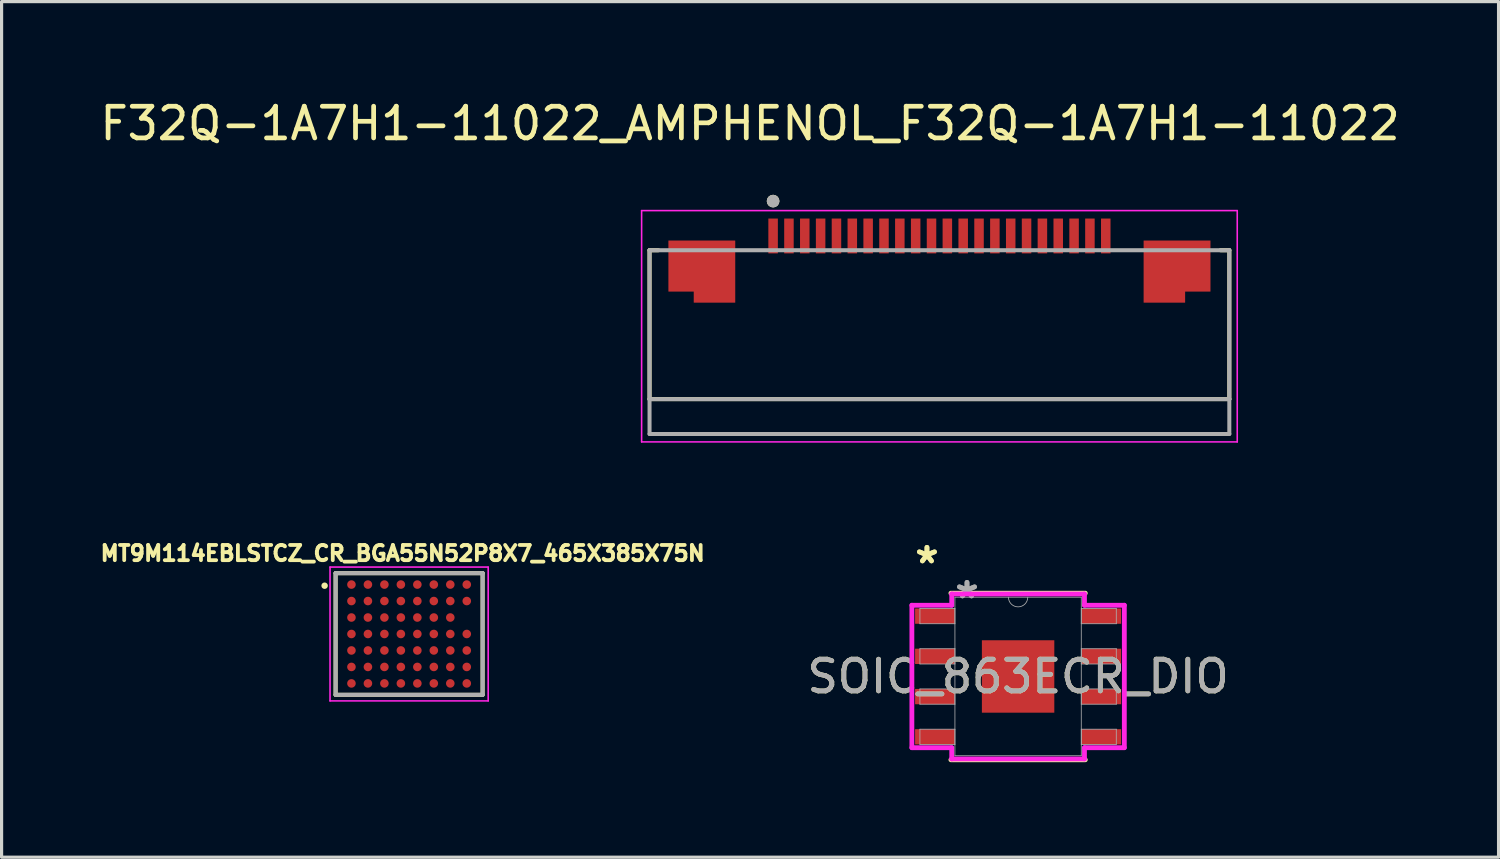
<source format=kicad_pcb>
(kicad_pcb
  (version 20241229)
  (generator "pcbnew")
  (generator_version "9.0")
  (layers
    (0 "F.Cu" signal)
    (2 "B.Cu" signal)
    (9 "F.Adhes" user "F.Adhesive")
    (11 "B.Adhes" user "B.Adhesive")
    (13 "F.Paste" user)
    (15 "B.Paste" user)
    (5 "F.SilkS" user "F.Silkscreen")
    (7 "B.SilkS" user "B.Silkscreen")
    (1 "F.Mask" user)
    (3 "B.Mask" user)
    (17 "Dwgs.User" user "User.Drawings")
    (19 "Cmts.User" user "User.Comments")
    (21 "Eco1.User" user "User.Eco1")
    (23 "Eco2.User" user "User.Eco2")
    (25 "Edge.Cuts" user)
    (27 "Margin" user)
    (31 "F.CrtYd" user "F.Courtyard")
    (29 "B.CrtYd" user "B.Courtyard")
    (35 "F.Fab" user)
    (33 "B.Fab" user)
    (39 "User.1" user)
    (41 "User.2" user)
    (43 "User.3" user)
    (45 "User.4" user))
  (footprint "MT9M114EBLSTCZ_CR_BGA55N52P8X7_465X385X75N"
    (layer "F.Cu")
    (at 9.863 16.961)
    (property "Reference" "MT9M114EBLSTCZ_CR_BGA55N52P8X7_465X385X75N" (at -0.204 -2.546 0) (layer "F.SilkS") (effects (font (size 0.48 0.48) (thickness 0.15))))
    (attr smd)
    (fp_line (start -2.32 -1.92) (end 2.32 -1.92) (stroke (width 0.127) (type solid)) (layer "F.SilkS"))
    (fp_line (start -2.32 1.92) (end -2.32 -1.92) (stroke (width 0.127) (type solid)) (layer "F.SilkS"))
    (fp_line (start 2.32 -1.92) (end 2.32 1.92) (stroke (width 0.127) (type solid)) (layer "F.SilkS"))
    (fp_line (start 2.32 1.92) (end -2.32 1.92) (stroke (width 0.127) (type solid)) (layer "F.SilkS"))
    (fp_circle (center -2.667 -1.524) (end -2.616 -1.524) (stroke (width 0.102) (type solid)) (fill no) (layer "F.SilkS"))
    (fp_line (start -2.496 -2.112) (end 2.496 -2.112) (stroke (width 0.05) (type solid)) (layer "F.CrtYd"))
    (fp_line (start -2.496 2.112) (end -2.496 -2.112) (stroke (width 0.05) (type solid)) (layer "F.CrtYd"))
    (fp_line (start 2.496 -2.112) (end 2.496 2.112) (stroke (width 0.05) (type solid)) (layer "F.CrtYd"))
    (fp_line (start 2.496 2.112) (end -2.496 2.112) (stroke (width 0.05) (type solid)) (layer "F.CrtYd"))
    (fp_line (start -2.32 -1.92) (end 2.32 -1.92) (stroke (width 0.127) (type solid)) (layer "F.Fab"))
    (fp_line (start -2.32 1.92) (end -2.32 -1.92) (stroke (width 0.127) (type solid)) (layer "F.Fab"))
    (fp_line (start 2.32 -1.92) (end 2.32 1.92) (stroke (width 0.127) (type solid)) (layer "F.Fab"))
    (fp_line (start 2.32 1.92) (end -2.32 1.92) (stroke (width 0.127) (type solid)) (layer "F.Fab"))
    (pad "A1" smd circle (at -1.82 -1.56) (size 0.27 0.27) (layers "F.Cu" "F.Mask" "F.Paste"))
    (pad "A2" smd circle (at -1.3 -1.56) (size 0.27 0.27) (layers "F.Cu" "F.Mask" "F.Paste"))
    (pad "A3" smd circle (at -0.78 -1.56) (size 0.27 0.27) (layers "F.Cu" "F.Mask" "F.Paste"))
    (pad "A4" smd circle (at -0.26 -1.56) (size 0.27 0.27) (layers "F.Cu" "F.Mask" "F.Paste"))
    (pad "A5" smd circle (at 0.26 -1.56) (size 0.27 0.27) (layers "F.Cu" "F.Mask" "F.Paste"))
    (pad "A6" smd circle (at 0.78 -1.56) (size 0.27 0.27) (layers "F.Cu" "F.Mask" "F.Paste"))
    (pad "A7" smd circle (at 1.3 -1.56) (size 0.27 0.27) (layers "F.Cu" "F.Mask" "F.Paste"))
    (pad "A8" smd circle (at 1.82 -1.56) (size 0.27 0.27) (layers "F.Cu" "F.Mask" "F.Paste"))
    (pad "B1" smd circle (at -1.82 -1.04) (size 0.27 0.27) (layers "F.Cu" "F.Mask" "F.Paste"))
    (pad "B2" smd circle (at -1.3 -1.04) (size 0.27 0.27) (layers "F.Cu" "F.Mask" "F.Paste"))
    (pad "B3" smd circle (at -0.78 -1.04) (size 0.27 0.27) (layers "F.Cu" "F.Mask" "F.Paste"))
    (pad "B4" smd circle (at -0.26 -1.04) (size 0.27 0.27) (layers "F.Cu" "F.Mask" "F.Paste"))
    (pad "B5" smd circle (at 0.26 -1.04) (size 0.27 0.27) (layers "F.Cu" "F.Mask" "F.Paste"))
    (pad "B6" smd circle (at 0.78 -1.04) (size 0.27 0.27) (layers "F.Cu" "F.Mask" "F.Paste"))
    (pad "B7" smd circle (at 1.3 -1.04) (size 0.27 0.27) (layers "F.Cu" "F.Mask" "F.Paste"))
    (pad "B8" smd circle (at 1.82 -1.04) (size 0.27 0.27) (layers "F.Cu" "F.Mask" "F.Paste"))
    (pad "C1" smd circle (at -1.82 -0.52) (size 0.27 0.27) (layers "F.Cu" "F.Mask" "F.Paste"))
    (pad "C2" smd circle (at -1.3 -0.52) (size 0.27 0.27) (layers "F.Cu" "F.Mask" "F.Paste"))
    (pad "C3" smd circle (at -0.78 -0.52) (size 0.27 0.27) (layers "F.Cu" "F.Mask" "F.Paste"))
    (pad "C4" smd circle (at -0.26 -0.52) (size 0.27 0.27) (layers "F.Cu" "F.Mask" "F.Paste"))
    (pad "C5" smd circle (at 0.26 -0.52) (size 0.27 0.27) (layers "F.Cu" "F.Mask" "F.Paste"))
    (pad "C6" smd circle (at 0.78 -0.52) (size 0.27 0.27) (layers "F.Cu" "F.Mask" "F.Paste"))
    (pad "C7" smd circle (at 1.3 -0.52) (size 0.27 0.27) (layers "F.Cu" "F.Mask" "F.Paste"))
    (pad "D1" smd circle (at -1.82 0) (size 0.27 0.27) (layers "F.Cu" "F.Mask" "F.Paste"))
    (pad "D2" smd circle (at -1.3 0) (size 0.27 0.27) (layers "F.Cu" "F.Mask" "F.Paste"))
    (pad "D3" smd circle (at -0.78 0) (size 0.27 0.27) (layers "F.Cu" "F.Mask" "F.Paste"))
    (pad "D4" smd circle (at -0.26 0) (size 0.27 0.27) (layers "F.Cu" "F.Mask" "F.Paste"))
    (pad "D5" smd circle (at 0.26 0) (size 0.27 0.27) (layers "F.Cu" "F.Mask" "F.Paste"))
    (pad "D6" smd circle (at 0.78 0) (size 0.27 0.27) (layers "F.Cu" "F.Mask" "F.Paste"))
    (pad "D7" smd circle (at 1.3 0) (size 0.27 0.27) (layers "F.Cu" "F.Mask" "F.Paste"))
    (pad "D8" smd circle (at 1.82 0) (size 0.27 0.27) (layers "F.Cu" "F.Mask" "F.Paste"))
    (pad "E1" smd circle (at -1.82 0.52) (size 0.27 0.27) (layers "F.Cu" "F.Mask" "F.Paste"))
    (pad "E2" smd circle (at -1.3 0.52) (size 0.27 0.27) (layers "F.Cu" "F.Mask" "F.Paste"))
    (pad "E3" smd circle (at -0.78 0.52) (size 0.27 0.27) (layers "F.Cu" "F.Mask" "F.Paste"))
    (pad "E4" smd circle (at -0.26 0.52) (size 0.27 0.27) (layers "F.Cu" "F.Mask" "F.Paste"))
    (pad "E5" smd circle (at 0.26 0.52) (size 0.27 0.27) (layers "F.Cu" "F.Mask" "F.Paste"))
    (pad "E6" smd circle (at 0.78 0.52) (size 0.27 0.27) (layers "F.Cu" "F.Mask" "F.Paste"))
    (pad "E7" smd circle (at 1.3 0.52) (size 0.27 0.27) (layers "F.Cu" "F.Mask" "F.Paste"))
    (pad "E8" smd circle (at 1.82 0.52) (size 0.27 0.27) (layers "F.Cu" "F.Mask" "F.Paste"))
    (pad "F1" smd circle (at -1.82 1.04) (size 0.27 0.27) (layers "F.Cu" "F.Mask" "F.Paste"))
    (pad "F2" smd circle (at -1.3 1.04) (size 0.27 0.27) (layers "F.Cu" "F.Mask" "F.Paste"))
    (pad "F3" smd circle (at -0.78 1.04) (size 0.27 0.27) (layers "F.Cu" "F.Mask" "F.Paste"))
    (pad "F4" smd circle (at -0.26 1.04) (size 0.27 0.27) (layers "F.Cu" "F.Mask" "F.Paste"))
    (pad "F5" smd circle (at 0.26 1.04) (size 0.27 0.27) (layers "F.Cu" "F.Mask" "F.Paste"))
    (pad "F6" smd circle (at 0.78 1.04) (size 0.27 0.27) (layers "F.Cu" "F.Mask" "F.Paste"))
    (pad "F7" smd circle (at 1.3 1.04) (size 0.27 0.27) (layers "F.Cu" "F.Mask" "F.Paste"))
    (pad "F8" smd circle (at 1.82 1.04) (size 0.27 0.27) (layers "F.Cu" "F.Mask" "F.Paste"))
    (pad "G1" smd circle (at -1.82 1.56) (size 0.27 0.27) (layers "F.Cu" "F.Mask" "F.Paste"))
    (pad "G2" smd circle (at -1.3 1.56) (size 0.27 0.27) (layers "F.Cu" "F.Mask" "F.Paste"))
    (pad "G3" smd circle (at -0.78 1.56) (size 0.27 0.27) (layers "F.Cu" "F.Mask" "F.Paste"))
    (pad "G4" smd circle (at -0.26 1.56) (size 0.27 0.27) (layers "F.Cu" "F.Mask" "F.Paste"))
    (pad "G5" smd circle (at 0.26 1.56) (size 0.27 0.27) (layers "F.Cu" "F.Mask" "F.Paste"))
    (pad "G6" smd circle (at 0.78 1.56) (size 0.27 0.27) (layers "F.Cu" "F.Mask" "F.Paste"))
    (pad "G7" smd circle (at 1.3 1.56) (size 0.27 0.27) (layers "F.Cu" "F.Mask" "F.Paste"))
    (pad "G8" smd circle (at 1.82 1.56) (size 0.27 0.27) (layers "F.Cu" "F.Mask" "F.Paste")))
  (footprint "F32Q-1A7H1-11022_AMPHENOL_F32Q-1A7H1-11022"
    (layer "F.Cu")
    (at 26.602 7.198)
    (property "Reference" "F32Q-1A7H1-11022_AMPHENOL_F32Q-1A7H1-11022" (at -5.978 -6.35 0) (layer "F.SilkS") (effects (font (size 1 1) (thickness 0.15))))
    (attr smd)
    (fp_poly (pts (xy -8.65 -0.95) (xy -7.85 -0.95) (xy -7.85 -0.6) (xy -6.35 -0.6) (xy -6.35 -2.75) (xy -8.65 -2.75)) (stroke (width 0.01) (type solid)) (fill yes) (layer "F.Mask"))
    (fp_poly (pts (xy 6.35 -0.6) (xy 7.85 -0.6) (xy 7.85 -0.95) (xy 8.65 -0.95) (xy 8.65 -2.75) (xy 6.35 -2.75)) (stroke (width 0.01) (type solid)) (fill yes) (layer "F.Mask"))
    (fp_line (start -9.15 -2.35) (end -9.15 2.35) (stroke (width 0.127) (type solid)) (layer "F.SilkS"))
    (fp_line (start -9.15 2.35) (end 9.15 2.35) (stroke (width 0.127) (type solid)) (layer "F.SilkS"))
    (fp_line (start -8.87 -2.35) (end -9.15 -2.35) (stroke (width 0.127) (type solid)) (layer "F.SilkS"))
    (fp_line (start 9.15 -2.35) (end 8.87 -2.35) (stroke (width 0.127) (type solid)) (layer "F.SilkS"))
    (fp_line (start 9.15 2.35) (end 9.15 -2.35) (stroke (width 0.127) (type solid)) (layer "F.SilkS"))
    (fp_circle (center -5.25 -3.9) (end -5.15 -3.9) (stroke (width 0.2) (type solid)) (fill no) (layer "F.SilkS"))
    (fp_poly (pts (xy -8.55 -1.05) (xy -7.75 -1.05) (xy -7.75 -0.7) (xy -6.45 -0.7) (xy -6.45 -2.65) (xy -8.55 -2.65)) (stroke (width 0.01) (type solid)) (fill yes) (layer "F.Paste"))
    (fp_poly (pts (xy 7.75 -0.7) (xy 6.45 -0.7) (xy 6.45 -2.65) (xy 8.55 -2.65) (xy 8.55 -1.05) (xy 7.75 -1.05)) (stroke (width 0.01) (type solid)) (fill yes) (layer "F.Paste"))
    (fp_line (start -9.4 -3.6) (end -9.4 3.7) (stroke (width 0.05) (type solid)) (layer "F.CrtYd"))
    (fp_line (start -9.4 3.7) (end 9.4 3.7) (stroke (width 0.05) (type solid)) (layer "F.CrtYd"))
    (fp_line (start 9.4 -3.6) (end -9.4 -3.6) (stroke (width 0.05) (type solid)) (layer "F.CrtYd"))
    (fp_line (start 9.4 3.7) (end 9.4 -3.6) (stroke (width 0.05) (type solid)) (layer "F.CrtYd"))
    (fp_line (start -9.15 -2.35) (end -9.15 2.35) (stroke (width 0.127) (type solid)) (layer "F.Fab"))
    (fp_line (start -9.15 2.35) (end 9.15 2.35) (stroke (width 0.127) (type solid)) (layer "F.Fab"))
    (fp_line (start -9.15 3.45) (end -9.15 2.35) (stroke (width 0.127) (type solid)) (layer "F.Fab"))
    (fp_line (start -9.15 3.45) (end 9.15 3.45) (stroke (width 0.127) (type solid)) (layer "F.Fab"))
    (fp_line (start 9.15 -2.35) (end -9.15 -2.35) (stroke (width 0.127) (type solid)) (layer "F.Fab"))
    (fp_line (start 9.15 2.35) (end 9.15 -2.35) (stroke (width 0.127) (type solid)) (layer "F.Fab"))
    (fp_line (start 9.15 2.35) (end 9.15 3.45) (stroke (width 0.127) (type solid)) (layer "F.Fab"))
    (fp_circle (center -5.25 -3.9) (end -5.15 -3.9) (stroke (width 0.2) (type solid)) (fill no) (layer "F.Fab"))
    (pad "1" smd rect (at -5.25 -2.8) (size 0.3 1.1) (layers "F.Cu" "F.Mask" "F.Paste"))
    (pad "2" smd rect (at -4.75 -2.8) (size 0.3 1.1) (layers "F.Cu" "F.Mask" "F.Paste"))
    (pad "3" smd rect (at -4.25 -2.8) (size 0.3 1.1) (layers "F.Cu" "F.Mask" "F.Paste"))
    (pad "4" smd rect (at -3.75 -2.8) (size 0.3 1.1) (layers "F.Cu" "F.Mask" "F.Paste"))
    (pad "5" smd rect (at -3.25 -2.8) (size 0.3 1.1) (layers "F.Cu" "F.Mask" "F.Paste"))
    (pad "6" smd rect (at -2.75 -2.8) (size 0.3 1.1) (layers "F.Cu" "F.Mask" "F.Paste"))
    (pad "7" smd rect (at -2.25 -2.8) (size 0.3 1.1) (layers "F.Cu" "F.Mask" "F.Paste"))
    (pad "8" smd rect (at -1.75 -2.8) (size 0.3 1.1) (layers "F.Cu" "F.Mask" "F.Paste"))
    (pad "9" smd rect (at -1.25 -2.8) (size 0.3 1.1) (layers "F.Cu" "F.Mask" "F.Paste"))
    (pad "10" smd rect (at -0.75 -2.8) (size 0.3 1.1) (layers "F.Cu" "F.Mask" "F.Paste"))
    (pad "11" smd rect (at -0.25 -2.8) (size 0.3 1.1) (layers "F.Cu" "F.Mask" "F.Paste"))
    (pad "12" smd rect (at 0.25 -2.8) (size 0.3 1.1) (layers "F.Cu" "F.Mask" "F.Paste"))
    (pad "13" smd rect (at 0.75 -2.8) (size 0.3 1.1) (layers "F.Cu" "F.Mask" "F.Paste"))
    (pad "14" smd rect (at 1.25 -2.8) (size 0.3 1.1) (layers "F.Cu" "F.Mask" "F.Paste"))
    (pad "15" smd rect (at 1.75 -2.8) (size 0.3 1.1) (layers "F.Cu" "F.Mask" "F.Paste"))
    (pad "16" smd rect (at 2.25 -2.8) (size 0.3 1.1) (layers "F.Cu" "F.Mask" "F.Paste"))
    (pad "17" smd rect (at 2.75 -2.8) (size 0.3 1.1) (layers "F.Cu" "F.Mask" "F.Paste"))
    (pad "18" smd rect (at 3.25 -2.8) (size 0.3 1.1) (layers "F.Cu" "F.Mask" "F.Paste"))
    (pad "19" smd rect (at 3.75 -2.8) (size 0.3 1.1) (layers "F.Cu" "F.Mask" "F.Paste"))
    (pad "20" smd rect (at 4.25 -2.8) (size 0.3 1.1) (layers "F.Cu" "F.Mask" "F.Paste"))
    (pad "21" smd rect (at 4.75 -2.8) (size 0.3 1.1) (layers "F.Cu" "F.Mask" "F.Paste"))
    (pad "22" smd rect (at 5.25 -2.8) (size 0.3 1.1) (layers "F.Cu" "F.Mask" "F.Paste"))
    (pad "SH1" smd custom (at -7.5 -1.8) (size 1 1) (layers "F.Cu") (options (anchor rect)) (primitives (gr_poly (pts (xy -1.05 -0.85) (xy 1.05 -0.85) (xy 1.05 1.1) (xy -0.25 1.1) (xy -0.25 0.75) (xy -1.05 0.75)) (width 0.01) (fill yes))))
    (pad "SH2" smd custom (at 7.5 -1.8) (size 1 1) (layers "F.Cu") (options (anchor rect)) (primitives (gr_poly (pts (xy -1.05 -0.85) (xy -1.05 1.1) (xy 0.25 1.1) (xy 0.25 0.75) (xy 1.05 0.75) (xy 1.05 -0.85)) (width 0.01) (fill yes)))))
  (footprint "SOIC_863ECR_DIO"
    (layer "F.Cu")
    (at 29.085 18.302)
    (property "Reference" "SOIC_863ECR_DIO" (at 0 0 0) (unlocked yes) (layer "F.SilkS") (effects (font (size 1 1) (thickness 0.15))))
    (attr smd)
    (fp_line (start -2.121 2.629) (end 2.121 2.629) (stroke (width 0.152) (type solid)) (layer "F.SilkS"))
    (fp_line (start 2.121 -2.629) (end -2.121 -2.629) (stroke (width 0.152) (type solid)) (layer "F.SilkS"))
    (fp_line (start -3.353 -2.248) (end -2.095 -2.248) (stroke (width 0.152) (type solid)) (layer "F.CrtYd"))
    (fp_line (start -3.353 2.248) (end -3.353 -2.248) (stroke (width 0.152) (type solid)) (layer "F.CrtYd"))
    (fp_line (start -3.353 2.248) (end -2.095 2.248) (stroke (width 0.152) (type solid)) (layer "F.CrtYd"))
    (fp_line (start -2.095 -2.603) (end 2.095 -2.603) (stroke (width 0.152) (type solid)) (layer "F.CrtYd"))
    (fp_line (start -2.095 -2.248) (end -2.095 -2.603) (stroke (width 0.152) (type solid)) (layer "F.CrtYd"))
    (fp_line (start -2.095 2.603) (end -2.095 2.248) (stroke (width 0.152) (type solid)) (layer "F.CrtYd"))
    (fp_line (start 2.095 -2.603) (end 2.095 -2.248) (stroke (width 0.152) (type solid)) (layer "F.CrtYd"))
    (fp_line (start 2.095 2.248) (end 2.095 2.603) (stroke (width 0.152) (type solid)) (layer "F.CrtYd"))
    (fp_line (start 2.095 2.603) (end -2.095 2.603) (stroke (width 0.152) (type solid)) (layer "F.CrtYd"))
    (fp_line (start 3.353 -2.248) (end 2.095 -2.248) (stroke (width 0.152) (type solid)) (layer "F.CrtYd"))
    (fp_line (start 3.353 -2.248) (end 3.353 2.248) (stroke (width 0.152) (type solid)) (layer "F.CrtYd"))
    (fp_line (start 3.353 2.248) (end 2.095 2.248) (stroke (width 0.152) (type solid)) (layer "F.CrtYd"))
    (fp_line (start -3.099 -2.146) (end -3.099 -1.664) (stroke (width 0.025) (type solid)) (layer "F.Fab"))
    (fp_line (start -3.099 -1.664) (end -1.994 -1.664) (stroke (width 0.025) (type solid)) (layer "F.Fab"))
    (fp_line (start -3.099 -0.876) (end -3.099 -0.394) (stroke (width 0.025) (type solid)) (layer "F.Fab"))
    (fp_line (start -3.099 -0.394) (end -1.994 -0.394) (stroke (width 0.025) (type solid)) (layer "F.Fab"))
    (fp_line (start -3.099 0.394) (end -3.099 0.876) (stroke (width 0.025) (type solid)) (layer "F.Fab"))
    (fp_line (start -3.099 0.876) (end -1.994 0.876) (stroke (width 0.025) (type solid)) (layer "F.Fab"))
    (fp_line (start -3.099 1.664) (end -3.099 2.146) (stroke (width 0.025) (type solid)) (layer "F.Fab"))
    (fp_line (start -3.099 2.146) (end -1.994 2.146) (stroke (width 0.025) (type solid)) (layer "F.Fab"))
    (fp_line (start -1.994 -2.502) (end -1.994 2.502) (stroke (width 0.025) (type solid)) (layer "F.Fab"))
    (fp_line (start -1.994 -2.146) (end -3.099 -2.146) (stroke (width 0.025) (type solid)) (layer "F.Fab"))
    (fp_line (start -1.994 -1.664) (end -1.994 -2.146) (stroke (width 0.025) (type solid)) (layer "F.Fab"))
    (fp_line (start -1.994 -0.876) (end -3.099 -0.876) (stroke (width 0.025) (type solid)) (layer "F.Fab"))
    (fp_line (start -1.994 -0.394) (end -1.994 -0.876) (stroke (width 0.025) (type solid)) (layer "F.Fab"))
    (fp_line (start -1.994 0.394) (end -3.099 0.394) (stroke (width 0.025) (type solid)) (layer "F.Fab"))
    (fp_line (start -1.994 0.876) (end -1.994 0.394) (stroke (width 0.025) (type solid)) (layer "F.Fab"))
    (fp_line (start -1.994 1.664) (end -3.099 1.664) (stroke (width 0.025) (type solid)) (layer "F.Fab"))
    (fp_line (start -1.994 2.146) (end -1.994 1.664) (stroke (width 0.025) (type solid)) (layer "F.Fab"))
    (fp_line (start -1.994 2.502) (end 1.994 2.502) (stroke (width 0.025) (type solid)) (layer "F.Fab"))
    (fp_line (start 1.994 -2.502) (end -1.994 -2.502) (stroke (width 0.025) (type solid)) (layer "F.Fab"))
    (fp_line (start 1.994 -2.146) (end 1.994 -1.664) (stroke (width 0.025) (type solid)) (layer "F.Fab"))
    (fp_line (start 1.994 -1.664) (end 3.099 -1.664) (stroke (width 0.025) (type solid)) (layer "F.Fab"))
    (fp_line (start 1.994 -0.876) (end 1.994 -0.394) (stroke (width 0.025) (type solid)) (layer "F.Fab"))
    (fp_line (start 1.994 -0.394) (end 3.099 -0.394) (stroke (width 0.025) (type solid)) (layer "F.Fab"))
    (fp_line (start 1.994 0.394) (end 1.994 0.876) (stroke (width 0.025) (type solid)) (layer "F.Fab"))
    (fp_line (start 1.994 0.876) (end 3.099 0.876) (stroke (width 0.025) (type solid)) (layer "F.Fab"))
    (fp_line (start 1.994 1.664) (end 1.994 2.146) (stroke (width 0.025) (type solid)) (layer "F.Fab"))
    (fp_line (start 1.994 2.146) (end 3.099 2.146) (stroke (width 0.025) (type solid)) (layer "F.Fab"))
    (fp_line (start 1.994 2.502) (end 1.994 -2.502) (stroke (width 0.025) (type solid)) (layer "F.Fab"))
    (fp_line (start 3.099 -2.146) (end 1.994 -2.146) (stroke (width 0.025) (type solid)) (layer "F.Fab"))
    (fp_line (start 3.099 -1.664) (end 3.099 -2.146) (stroke (width 0.025) (type solid)) (layer "F.Fab"))
    (fp_line (start 3.099 -0.876) (end 1.994 -0.876) (stroke (width 0.025) (type solid)) (layer "F.Fab"))
    (fp_line (start 3.099 -0.394) (end 3.099 -0.876) (stroke (width 0.025) (type solid)) (layer "F.Fab"))
    (fp_line (start 3.099 0.394) (end 1.994 0.394) (stroke (width 0.025) (type solid)) (layer "F.Fab"))
    (fp_line (start 3.099 0.876) (end 3.099 0.394) (stroke (width 0.025) (type solid)) (layer "F.Fab"))
    (fp_line (start 3.099 1.664) (end 1.994 1.664) (stroke (width 0.025) (type solid)) (layer "F.Fab"))
    (fp_line (start 3.099 2.146) (end 3.099 1.664) (stroke (width 0.025) (type solid)) (layer "F.Fab"))
    (fp_arc (start 0.3048 -2.5019) (mid 0 -2.1971) (end -0.3048 -2.5019) (stroke (width 0.0254) (type solid)) (layer "F.Fab"))
    (fp_text user "*" (at -2.877 -3.531 0) (unlocked yes) (layer "F.SilkS") (effects (font (size 1 1) (thickness 0.15))))
    (fp_text user "*" (at -2.877 -3.531 0) (layer "F.SilkS") (effects (font (size 1 1) (thickness 0.15))))
    (fp_text user "*" (at -1.613 -2.426 0) (layer "F.Fab") (effects (font (size 1 1) (thickness 0.15))))
    (fp_text user "${REFERENCE}" (at 0 0 0) (unlocked yes) (layer "F.Fab") (effects (font (size 1 1) (thickness 0.15))))
    (fp_text user "*" (at -1.613 -2.426 0) (unlocked yes) (layer "F.Fab") (effects (font (size 1 1) (thickness 0.15))))
    (pad "1" smd rect (at -2.623 -1.905) (size 1.257 0.483) (layers "F.Cu" "F.Mask" "F.Paste"))
    (pad "2" smd rect (at -2.623 -0.635) (size 1.257 0.483) (layers "F.Cu" "F.Mask" "F.Paste"))
    (pad "3" smd rect (at -2.623 0.635) (size 1.257 0.483) (layers "F.Cu" "F.Mask" "F.Paste"))
    (pad "4" smd rect (at -2.623 1.905) (size 1.257 0.483) (layers "F.Cu" "F.Mask" "F.Paste"))
    (pad "5" smd rect (at 2.623 1.905) (size 1.257 0.483) (layers "F.Cu" "F.Mask" "F.Paste"))
    (pad "6" smd rect (at 2.623 0.635) (size 1.257 0.483) (layers "F.Cu" "F.Mask" "F.Paste"))
    (pad "7" smd rect (at 2.623 -0.635) (size 1.257 0.483) (layers "F.Cu" "F.Mask" "F.Paste"))
    (pad "8" smd rect (at 2.623 -1.905) (size 1.257 0.483) (layers "F.Cu" "F.Mask" "F.Paste"))
    (pad "EPAD" smd rect (at 0 0) (size 2.286 2.286) (layers "F.Cu" "F.Mask" "F.Paste")))
  (gr_rect
    (start -3 -3)
    (end 44.25 24.007)
    (stroke (width 0.1) (type default))
    (fill no)
    (layer "Edge.Cuts")))
</source>
